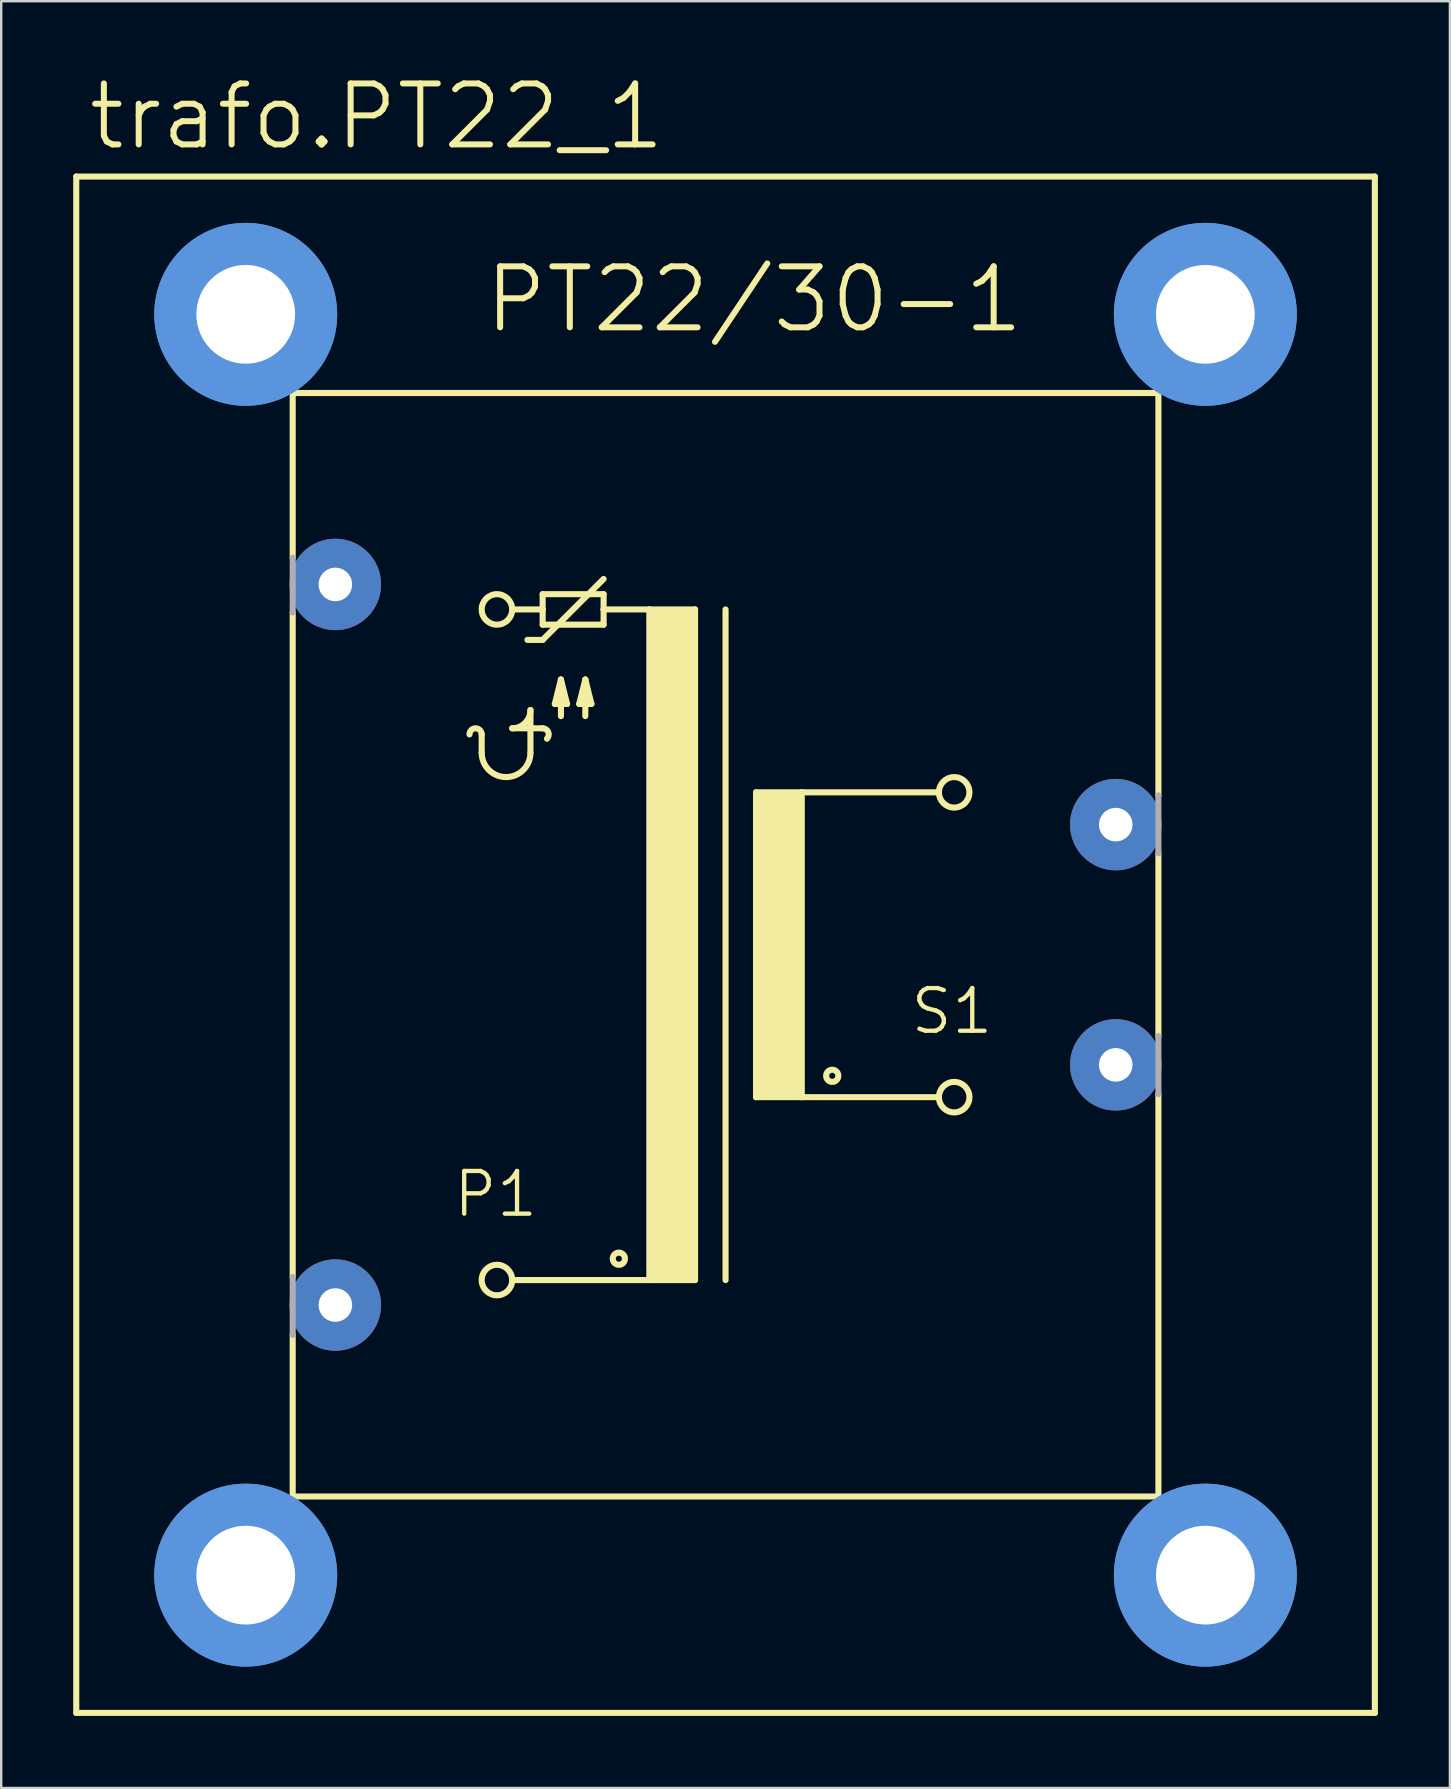
<source format=kicad_pcb>
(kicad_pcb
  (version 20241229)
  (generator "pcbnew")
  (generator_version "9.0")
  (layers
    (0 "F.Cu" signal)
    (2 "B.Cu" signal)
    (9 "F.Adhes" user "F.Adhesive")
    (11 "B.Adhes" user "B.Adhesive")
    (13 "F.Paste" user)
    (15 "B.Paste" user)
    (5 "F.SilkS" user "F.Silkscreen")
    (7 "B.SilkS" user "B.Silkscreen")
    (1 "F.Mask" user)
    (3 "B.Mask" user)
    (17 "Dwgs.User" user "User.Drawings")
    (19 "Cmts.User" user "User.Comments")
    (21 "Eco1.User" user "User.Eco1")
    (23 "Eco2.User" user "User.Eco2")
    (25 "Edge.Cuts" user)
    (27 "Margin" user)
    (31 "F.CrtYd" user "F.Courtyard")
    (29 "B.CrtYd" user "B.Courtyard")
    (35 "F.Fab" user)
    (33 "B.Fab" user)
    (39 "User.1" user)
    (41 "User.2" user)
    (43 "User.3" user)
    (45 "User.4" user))
  (footprint "trafo.PT22_1"
    (layer "F.Cu")
    (at 27.178 36.31)
    (property "Reference" "trafo.PT22_1" (at -26.67 -33.02 0) (layer "F.SilkS") (effects (font (size 2.54 2.54) (thickness 0.25)) (justify left bottom)))
    (attr through_hole)
    (fp_line (start -27.051 32.004) (end -27.051 -32.004) (stroke (width 0.254) (type default)) (layer "F.SilkS"))
    (fp_line (start -27.051 32.004) (end 27.051 32.004) (stroke (width 0.254) (type default)) (layer "F.SilkS"))
    (fp_line (start -18.034 -22.987) (end -18.034 -16.129) (stroke (width 0.254) (type default)) (layer "F.SilkS"))
    (fp_line (start -18.034 -13.843) (end -18.034 13.843) (stroke (width 0.254) (type default)) (layer "F.SilkS"))
    (fp_line (start -18.034 22.987) (end -18.034 16.256) (stroke (width 0.254) (type default)) (layer "F.SilkS"))
    (fp_line (start -18.034 22.987) (end 18.034 22.987) (stroke (width 0.254) (type default)) (layer "F.SilkS"))
    (fp_line (start -10.16 -8.001) (end -10.16 -8.763) (stroke (width 0.254) (type default)) (layer "F.SilkS"))
    (fp_line (start -8.89 -13.97) (end -7.62 -13.97) (stroke (width 0.254) (type default)) (layer "F.SilkS"))
    (fp_line (start -8.89 -9.017) (end -7.62 -9.017) (stroke (width 0.254) (type default)) (layer "F.SilkS"))
    (fp_line (start -8.255 -12.7) (end -7.62 -12.7) (stroke (width 0.254) (type default)) (layer "F.SilkS"))
    (fp_line (start -8.128 -8.001) (end -8.128 -9.779) (stroke (width 0.254) (type default)) (layer "F.SilkS"))
    (fp_line (start -7.62 -14.605) (end -7.62 -13.97) (stroke (width 0.254) (type default)) (layer "F.SilkS"))
    (fp_line (start -7.62 -13.97) (end -7.62 -13.335) (stroke (width 0.254) (type default)) (layer "F.SilkS"))
    (fp_line (start -7.62 -13.335) (end -5.08 -13.335) (stroke (width 0.254) (type default)) (layer "F.SilkS"))
    (fp_line (start -7.62 -12.7) (end -5.08 -15.24) (stroke (width 0.254) (type default)) (layer "F.SilkS"))
    (fp_line (start -7.112 -10.033) (end -6.604 -10.033) (stroke (width 0.254) (type default)) (layer "F.SilkS"))
    (fp_line (start -6.858 -11.049) (end -7.112 -10.033) (stroke (width 0.254) (type default)) (layer "F.SilkS"))
    (fp_line (start -6.858 -9.525) (end -6.858 -11.049) (stroke (width 0.254) (type default)) (layer "F.SilkS"))
    (fp_line (start -6.604 -10.033) (end -6.858 -11.049) (stroke (width 0.254) (type default)) (layer "F.SilkS"))
    (fp_line (start -6.096 -10.033) (end -5.588 -10.033) (stroke (width 0.254) (type default)) (layer "F.SilkS"))
    (fp_line (start -5.842 -11.049) (end -6.096 -10.033) (stroke (width 0.254) (type default)) (layer "F.SilkS"))
    (fp_line (start -5.842 -9.525) (end -5.842 -11.049) (stroke (width 0.254) (type default)) (layer "F.SilkS"))
    (fp_line (start -5.588 -10.033) (end -5.842 -11.049) (stroke (width 0.254) (type default)) (layer "F.SilkS"))
    (fp_line (start -5.08 -14.605) (end -7.62 -14.605) (stroke (width 0.254) (type default)) (layer "F.SilkS"))
    (fp_line (start -5.08 -13.97) (end -5.08 -14.605) (stroke (width 0.254) (type default)) (layer "F.SilkS"))
    (fp_line (start -5.08 -13.97) (end -3.175 -13.97) (stroke (width 0.254) (type default)) (layer "F.SilkS"))
    (fp_line (start -5.08 -13.335) (end -5.08 -13.97) (stroke (width 0.254) (type default)) (layer "F.SilkS"))
    (fp_line (start -3.175 -13.97) (end -3.175 13.97) (stroke (width 0.254) (type default)) (layer "F.SilkS"))
    (fp_line (start -3.175 -13.97) (end -1.27 -13.97) (stroke (width 0.254) (type default)) (layer "F.SilkS"))
    (fp_line (start -3.175 13.97) (end -8.89 13.97) (stroke (width 0.254) (type default)) (layer "F.SilkS"))
    (fp_line (start -1.27 -13.97) (end -1.27 13.97) (stroke (width 0.254) (type default)) (layer "F.SilkS"))
    (fp_line (start -1.27 13.97) (end -3.175 13.97) (stroke (width 0.254) (type default)) (layer "F.SilkS"))
    (fp_line (start 0 -13.97) (end 0 13.97) (stroke (width 0.254) (type default)) (layer "F.SilkS"))
    (fp_line (start 1.27 -6.35) (end 1.27 6.35) (stroke (width 0.254) (type default)) (layer "F.SilkS"))
    (fp_line (start 1.27 -6.35) (end 3.175 -6.35) (stroke (width 0.254) (type default)) (layer "F.SilkS"))
    (fp_line (start 1.27 6.35) (end 3.175 6.35) (stroke (width 0.254) (type default)) (layer "F.SilkS"))
    (fp_line (start 3.175 -6.35) (end 8.89 -6.35) (stroke (width 0.254) (type default)) (layer "F.SilkS"))
    (fp_line (start 3.175 6.35) (end 3.175 -6.35) (stroke (width 0.254) (type default)) (layer "F.SilkS"))
    (fp_line (start 3.175 6.35) (end 8.89 6.35) (stroke (width 0.254) (type default)) (layer "F.SilkS"))
    (fp_line (start 18.034 -22.987) (end -18.034 -22.987) (stroke (width 0.254) (type default)) (layer "F.SilkS"))
    (fp_line (start 18.034 -6.223) (end 18.034 -22.987) (stroke (width 0.254) (type default)) (layer "F.SilkS"))
    (fp_line (start 18.034 3.81) (end 18.034 -3.81) (stroke (width 0.254) (type default)) (layer "F.SilkS"))
    (fp_line (start 18.034 22.987) (end 18.034 6.223) (stroke (width 0.254) (type default)) (layer "F.SilkS"))
    (fp_line (start 27.051 -32.004) (end -27.051 -32.004) (stroke (width 0.254) (type default)) (layer "F.SilkS"))
    (fp_line (start 27.051 -32.004) (end 27.051 32.004) (stroke (width 0.254) (type default)) (layer "F.SilkS"))
    (fp_rect (start -3.175 13.97) (end -1.27 -13.97) (stroke (width 0.05) (type default)) (fill yes) (layer "F.SilkS"))
    (fp_rect (start 1.27 6.35) (end 3.175 -6.35) (stroke (width 0.05) (type default)) (fill yes) (layer "F.SilkS"))
    (fp_arc (start -10.668 -8.763) (mid -10.414 -9.017) (end -10.16 -8.763) (stroke (width 0.254) (type default)) (layer "F.SilkS"))
    (fp_arc (start -8.128 -9.779) (mid -8.351185 -9.240185) (end -8.89 -9.017) (stroke (width 0.254) (type default)) (layer "F.SilkS"))
    (fp_arc (start -8.128 -8.001) (mid -9.144 -6.985) (end -10.16 -8.001) (stroke (width 0.254) (type default)) (layer "F.SilkS"))
    (fp_arc (start -7.62 -9.017) (mid -7.385338 -8.860203) (end -7.4404 -8.5834) (stroke (width 0.254) (type default)) (layer "F.SilkS"))
    (fp_circle (center -9.525 -13.97) (end -8.89 -13.97) (stroke (width 0.254) (type default)) (fill no) (layer "F.SilkS"))
    (fp_circle (center -9.525 13.97) (end -8.89 13.97) (stroke (width 0.254) (type default)) (fill no) (layer "F.SilkS"))
    (fp_circle (center -4.445 13.081) (end -4.191 13.081) (stroke (width 0.254) (type default)) (fill no) (layer "F.SilkS"))
    (fp_circle (center 4.445 5.461) (end 4.699 5.461) (stroke (width 0.254) (type default)) (fill no) (layer "F.SilkS"))
    (fp_circle (center 9.525 -6.35) (end 10.16 -6.35) (stroke (width 0.254) (type default)) (fill no) (layer "F.SilkS"))
    (fp_circle (center 9.525 6.35) (end 10.16 6.35) (stroke (width 0.254) (type default)) (fill no) (layer "F.SilkS"))
    (fp_circle (center -19.99 -26.264) (end -17.069 -26.264) (stroke (width 1.778) (type default)) (fill no) (layer "Cmts.User"))
    (fp_circle (center -19.99 -26.264) (end -17.069 -26.264) (stroke (width 1.778) (type default)) (fill no) (layer "Cmts.User"))
    (fp_circle (center -19.99 26.264) (end -17.069 26.264) (stroke (width 1.778) (type default)) (fill no) (layer "Cmts.User"))
    (fp_circle (center -19.99 26.264) (end -17.069 26.264) (stroke (width 1.778) (type default)) (fill no) (layer "Cmts.User"))
    (fp_circle (center 19.99 -26.264) (end 22.911 -26.264) (stroke (width 1.778) (type default)) (fill no) (layer "Cmts.User"))
    (fp_circle (center 19.99 -26.264) (end 22.911 -26.264) (stroke (width 1.778) (type default)) (fill no) (layer "Cmts.User"))
    (fp_circle (center 19.99 26.264) (end 22.911 26.264) (stroke (width 1.778) (type default)) (fill no) (layer "Cmts.User"))
    (fp_circle (center 19.99 26.264) (end 22.911 26.264) (stroke (width 1.778) (type default)) (fill no) (layer "Cmts.User"))
    (fp_line (start -18.034 -13.843) (end -18.034 -16.129) (stroke (width 0.254) (type default)) (layer "F.Fab"))
    (fp_line (start -18.034 13.843) (end -18.034 16.256) (stroke (width 0.254) (type default)) (layer "F.Fab"))
    (fp_line (start 18.034 -3.81) (end 18.034 -6.223) (stroke (width 0.254) (type default)) (layer "F.Fab"))
    (fp_line (start 18.034 3.81) (end 18.034 6.223) (stroke (width 0.254) (type default)) (layer "F.Fab"))
    (fp_text user "PT22/30-1" (at -10.16 -25.4 0) (layer "F.SilkS") (effects (font (size 2.54 2.54) (thickness 0.25)) (justify left bottom)))
    (fp_text user "P1" (at -11.43 11.43 0) (layer "F.SilkS") (effects (font (size 1.778 1.778) (thickness 0.18)) (justify left bottom)))
    (fp_text user "S1" (at 7.62 3.81 0) (layer "F.SilkS") (effects (font (size 1.778 1.778) (thickness 0.18)) (justify left bottom)))
    (pad "" np_thru_hole circle (at -19.99 -26.264) (size 4.115 4.115) (drill 4.115) (layers "*.Cu" "*.Mask"))
    (pad "" np_thru_hole circle (at -19.99 26.264) (size 4.115 4.115) (drill 4.115) (layers "*.Cu" "*.Mask"))
    (pad "" np_thru_hole circle (at 19.99 -26.264) (size 4.115 4.115) (drill 4.115) (layers "*.Cu" "*.Mask"))
    (pad "" np_thru_hole circle (at 19.99 26.264) (size 4.115 4.115) (drill 4.115) (layers "*.Cu" "*.Mask"))
    (pad "1" thru_hole circle (at -16.256 -15.011) (size 3.81 3.81) (drill 1.397) (layers "*.Cu" "*.Mask"))
    (pad "2" thru_hole circle (at -16.256 15.011) (size 3.81 3.81) (drill 1.397) (layers "*.Cu" "*.Mask"))
    (pad "3" thru_hole circle (at 16.256 5.004) (size 3.81 3.81) (drill 1.397) (layers "*.Cu" "*.Mask"))
    (pad "4" thru_hole circle (at 16.256 -5.004) (size 3.81 3.81) (drill 1.397) (layers "*.Cu" "*.Mask")))
  (gr_rect
    (start -3 -3)
    (end 57.356 71.441)
    (stroke (width 0.1) (type default))
    (fill no)
    (layer "Edge.Cuts")))
</source>
